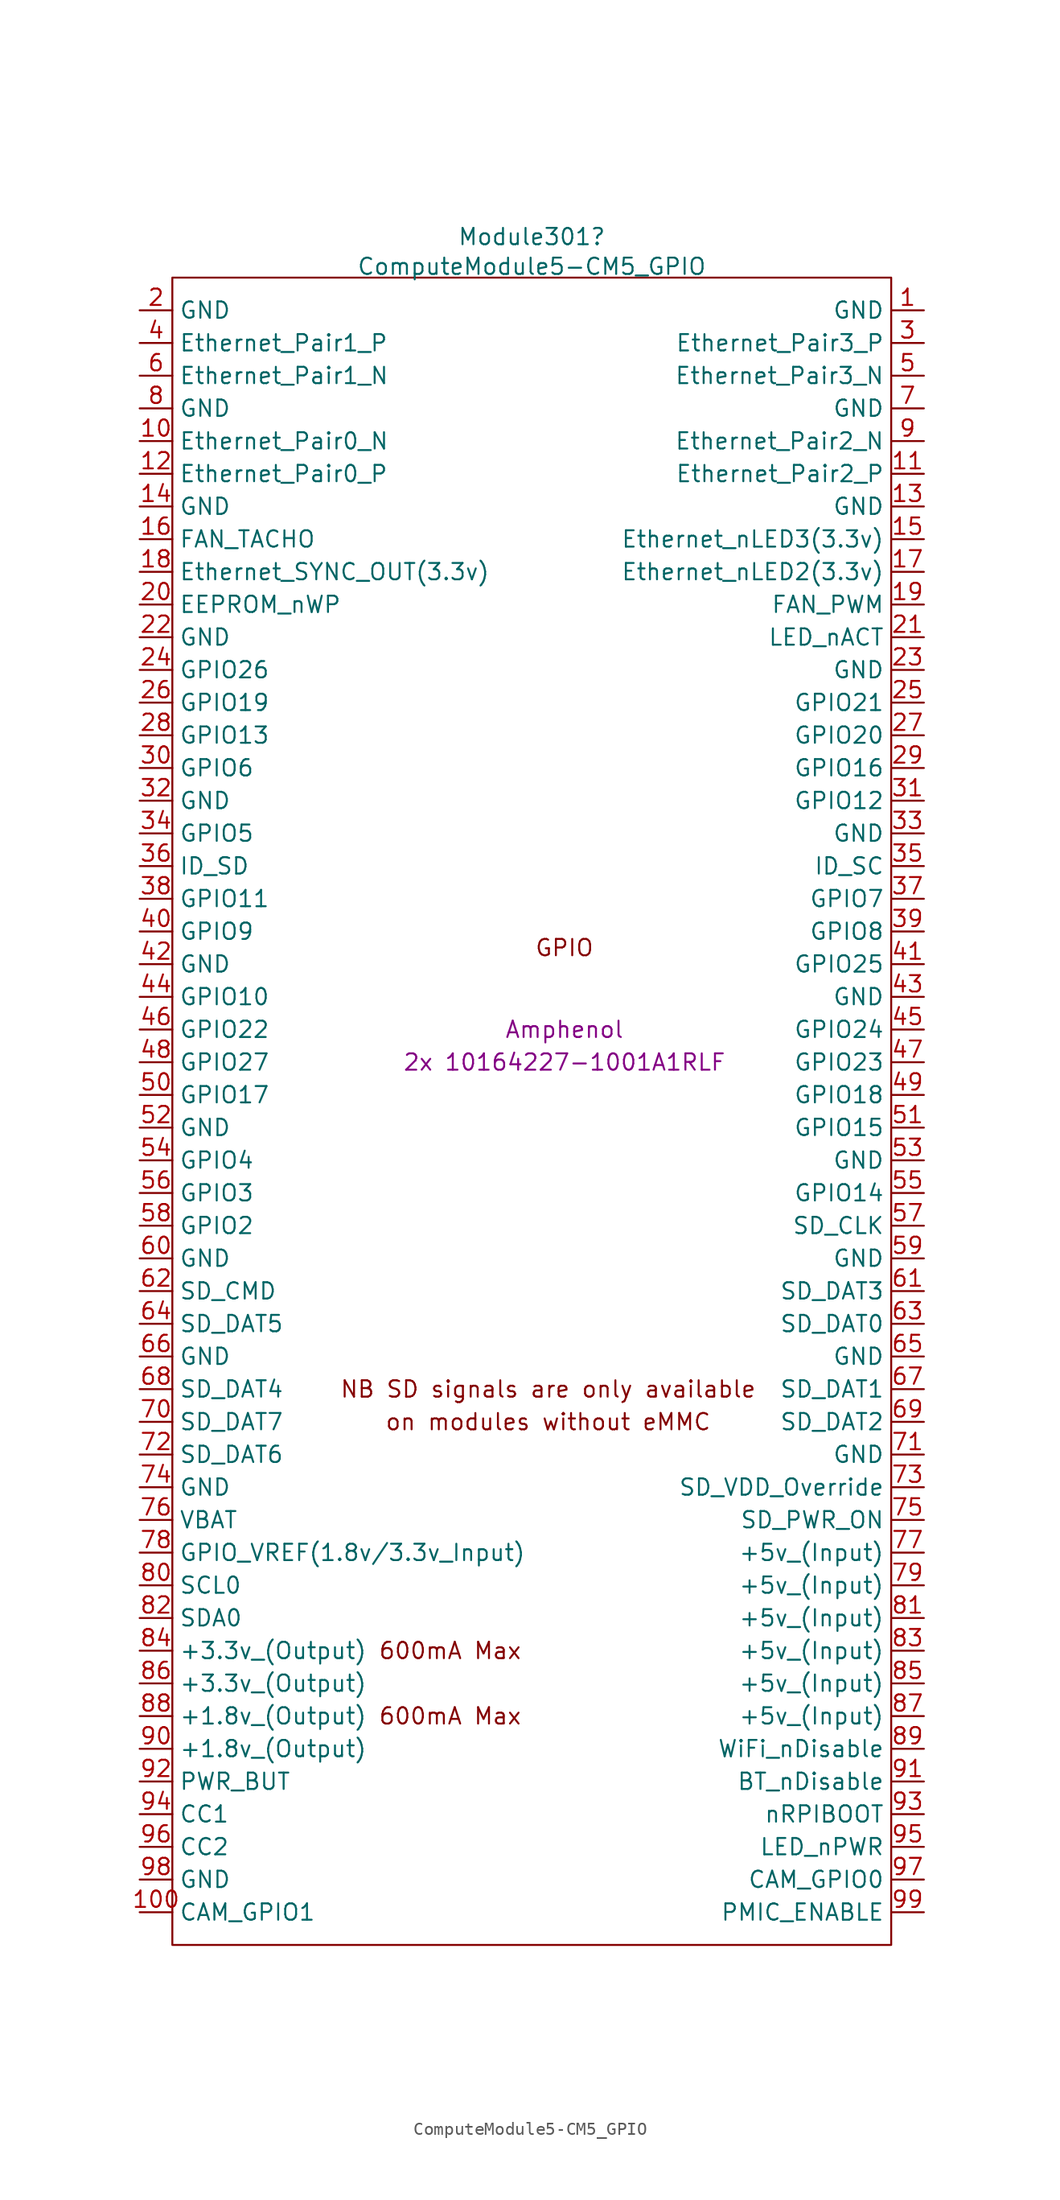
<source format=kicad_sym>
(kicad_symbol_lib
  (version 20231120)
  (generator "kicad_symbol_editor")
  (generator_version "8.0")
  (symbol "ComputeModule5-CM5_GPIO"
    (property "Reference" "Module301"
      (at -2.54 61.595 0)
      (effects (font (size 1.27 1.27))))
    (property "Value" "ComputeModule5-CM5_GPIO"
      (at -2.54 59.284 0)
      (effects (font (size 1.27 1.27))))
    (property "Field4" "Amphenol"
      (at 0 0 0)
      (effects (font (size 1.27 1.27))))
    (property "Field5" "2x 10164227-1001A1RLF"
      (at 0 -2.54 0)
      (effects (font (size 1.27 1.27))))
    (symbol "ComputeModule5-CM5_GPIO_1_0"
      (text "GPIO" (at 0 6.35 0) (effects (font (size 1.27 1.27)))))
    (symbol "ComputeModule5-CM5_GPIO_1_1"
      (rectangle (start -30.48 -71.12) (end 25.4 58.42) (stroke (width 0) (type default)) (fill (type none)))
      (text "600mA Max" (at -8.89 -53.34 0) (effects (font (size 1.27 1.27))))
      (text "600mA Max" (at -8.89 -48.26 0) (effects (font (size 1.27 1.27))))
      (text "NB SD signals are only available" (at -1.27 -27.94 0) (effects (font (size 1.27 1.27))))
      (text "on modules without eMMC" (at -1.27 -30.48 0) (effects (font (size 1.27 1.27))))
      (pin power_in line (at 27.94 55.88 180) (length 2.54) (name "GND" (effects (font (size 1.27 1.27)))) (number "1" (effects (font (size 1.27 1.27)))))
      (pin passive line (at -33.02 45.72 0) (length 2.54) (name "Ethernet_Pair0_N" (effects (font (size 1.27 1.27)))) (number "10" (effects (font (size 1.27 1.27)))))
      (pin passive line (at -33.02 -68.58 0) (length 2.54) (name "CAM_GPIO1" (effects (font (size 1.27 1.27)))) (number "100" (effects (font (size 1.27 1.27)))))
      (pin passive line (at 27.94 43.18 180) (length 2.54) (name "Ethernet_Pair2_P" (effects (font (size 1.27 1.27)))) (number "11" (effects (font (size 1.27 1.27)))))
      (pin passive line (at -33.02 43.18 0) (length 2.54) (name "Ethernet_Pair0_P" (effects (font (size 1.27 1.27)))) (number "12" (effects (font (size 1.27 1.27)))))
      (pin power_in line (at 27.94 40.64 180) (length 2.54) (name "GND" (effects (font (size 1.27 1.27)))) (number "13" (effects (font (size 1.27 1.27)))))
      (pin power_in line (at -33.02 40.64 0) (length 2.54) (name "GND" (effects (font (size 1.27 1.27)))) (number "14" (effects (font (size 1.27 1.27)))))
      (pin output line (at 27.94 38.1 180) (length 2.54) (name "Ethernet_nLED3(3.3v)" (effects (font (size 1.27 1.27)))) (number "15" (effects (font (size 1.27 1.27)))))
      (pin input line (at -33.02 38.1 0) (length 2.54) (name "FAN_TACHO" (effects (font (size 1.27 1.27)))) (number "16" (effects (font (size 1.27 1.27)))))
      (pin output line (at 27.94 35.56 180) (length 2.54) (name "Ethernet_nLED2(3.3v)" (effects (font (size 1.27 1.27)))) (number "17" (effects (font (size 1.27 1.27)))))
      (pin input line (at -33.02 35.56 0) (length 2.54) (name "Ethernet_SYNC_OUT(3.3v)" (effects (font (size 1.27 1.27)))) (number "18" (effects (font (size 1.27 1.27)))))
      (pin output line (at 27.94 33.02 180) (length 2.54) (name "FAN_PWM" (effects (font (size 1.27 1.27)))) (number "19" (effects (font (size 1.27 1.27)))))
      (pin power_in line (at -33.02 55.88 0) (length 2.54) (name "GND" (effects (font (size 1.27 1.27)))) (number "2" (effects (font (size 1.27 1.27)))))
      (pin passive line (at -33.02 33.02 0) (length 2.54) (name "EEPROM_nWP" (effects (font (size 1.27 1.27)))) (number "20" (effects (font (size 1.27 1.27)))))
      (pin open_collector line (at 27.94 30.48 180) (length 2.54) (name "LED_nACT" (effects (font (size 1.27 1.27)))) (number "21" (effects (font (size 1.27 1.27)))))
      (pin power_in line (at -33.02 30.48 0) (length 2.54) (name "GND" (effects (font (size 1.27 1.27)))) (number "22" (effects (font (size 1.27 1.27)))))
      (pin power_in line (at 27.94 27.94 180) (length 2.54) (name "GND" (effects (font (size 1.27 1.27)))) (number "23" (effects (font (size 1.27 1.27)))))
      (pin passive line (at -33.02 27.94 0) (length 2.54) (name "GPIO26" (effects (font (size 1.27 1.27)))) (number "24" (effects (font (size 1.27 1.27)))))
      (pin passive line (at 27.94 25.4 180) (length 2.54) (name "GPIO21" (effects (font (size 1.27 1.27)))) (number "25" (effects (font (size 1.27 1.27)))))
      (pin passive line (at -33.02 25.4 0) (length 2.54) (name "GPIO19" (effects (font (size 1.27 1.27)))) (number "26" (effects (font (size 1.27 1.27)))))
      (pin passive line (at 27.94 22.86 180) (length 2.54) (name "GPIO20" (effects (font (size 1.27 1.27)))) (number "27" (effects (font (size 1.27 1.27)))))
      (pin passive line (at -33.02 22.86 0) (length 2.54) (name "GPIO13" (effects (font (size 1.27 1.27)))) (number "28" (effects (font (size 1.27 1.27)))))
      (pin passive line (at 27.94 20.32 180) (length 2.54) (name "GPIO16" (effects (font (size 1.27 1.27)))) (number "29" (effects (font (size 1.27 1.27)))))
      (pin passive line (at 27.94 53.34 180) (length 2.54) (name "Ethernet_Pair3_P" (effects (font (size 1.27 1.27)))) (number "3" (effects (font (size 1.27 1.27)))))
      (pin passive line (at -33.02 20.32 0) (length 2.54) (name "GPIO6" (effects (font (size 1.27 1.27)))) (number "30" (effects (font (size 1.27 1.27)))))
      (pin passive line (at 27.94 17.78 180) (length 2.54) (name "GPIO12" (effects (font (size 1.27 1.27)))) (number "31" (effects (font (size 1.27 1.27)))))
      (pin power_in line (at -33.02 17.78 0) (length 2.54) (name "GND" (effects (font (size 1.27 1.27)))) (number "32" (effects (font (size 1.27 1.27)))))
      (pin power_in line (at 27.94 15.24 180) (length 2.54) (name "GND" (effects (font (size 1.27 1.27)))) (number "33" (effects (font (size 1.27 1.27)))))
      (pin passive line (at -33.02 15.24 0) (length 2.54) (name "GPIO5" (effects (font (size 1.27 1.27)))) (number "34" (effects (font (size 1.27 1.27)))))
      (pin passive line (at 27.94 12.7 180) (length 2.54) (name "ID_SC" (effects (font (size 1.27 1.27)))) (number "35" (effects (font (size 1.27 1.27)))))
      (pin passive line (at -33.02 12.7 0) (length 2.54) (name "ID_SD" (effects (font (size 1.27 1.27)))) (number "36" (effects (font (size 1.27 1.27)))))
      (pin passive line (at 27.94 10.16 180) (length 2.54) (name "GPIO7" (effects (font (size 1.27 1.27)))) (number "37" (effects (font (size 1.27 1.27)))))
      (pin passive line (at -33.02 10.16 0) (length 2.54) (name "GPIO11" (effects (font (size 1.27 1.27)))) (number "38" (effects (font (size 1.27 1.27)))))
      (pin passive line (at 27.94 7.62 180) (length 2.54) (name "GPIO8" (effects (font (size 1.27 1.27)))) (number "39" (effects (font (size 1.27 1.27)))))
      (pin passive line (at -33.02 53.34 0) (length 2.54) (name "Ethernet_Pair1_P" (effects (font (size 1.27 1.27)))) (number "4" (effects (font (size 1.27 1.27)))))
      (pin passive line (at -33.02 7.62 0) (length 2.54) (name "GPIO9" (effects (font (size 1.27 1.27)))) (number "40" (effects (font (size 1.27 1.27)))))
      (pin passive line (at 27.94 5.08 180) (length 2.54) (name "GPIO25" (effects (font (size 1.27 1.27)))) (number "41" (effects (font (size 1.27 1.27)))))
      (pin power_in line (at -33.02 5.08 0) (length 2.54) (name "GND" (effects (font (size 1.27 1.27)))) (number "42" (effects (font (size 1.27 1.27)))))
      (pin power_in line (at 27.94 2.54 180) (length 2.54) (name "GND" (effects (font (size 1.27 1.27)))) (number "43" (effects (font (size 1.27 1.27)))))
      (pin passive line (at -33.02 2.54 0) (length 2.54) (name "GPIO10" (effects (font (size 1.27 1.27)))) (number "44" (effects (font (size 1.27 1.27)))))
      (pin passive line (at 27.94 0 180) (length 2.54) (name "GPIO24" (effects (font (size 1.27 1.27)))) (number "45" (effects (font (size 1.27 1.27)))))
      (pin passive line (at -33.02 0 0) (length 2.54) (name "GPIO22" (effects (font (size 1.27 1.27)))) (number "46" (effects (font (size 1.27 1.27)))))
      (pin passive line (at 27.94 -2.54 180) (length 2.54) (name "GPIO23" (effects (font (size 1.27 1.27)))) (number "47" (effects (font (size 1.27 1.27)))))
      (pin passive line (at -33.02 -2.54 0) (length 2.54) (name "GPIO27" (effects (font (size 1.27 1.27)))) (number "48" (effects (font (size 1.27 1.27)))))
      (pin passive line (at 27.94 -5.08 180) (length 2.54) (name "GPIO18" (effects (font (size 1.27 1.27)))) (number "49" (effects (font (size 1.27 1.27)))))
      (pin passive line (at 27.94 50.8 180) (length 2.54) (name "Ethernet_Pair3_N" (effects (font (size 1.27 1.27)))) (number "5" (effects (font (size 1.27 1.27)))))
      (pin passive line (at -33.02 -5.08 0) (length 2.54) (name "GPIO17" (effects (font (size 1.27 1.27)))) (number "50" (effects (font (size 1.27 1.27)))))
      (pin passive line (at 27.94 -7.62 180) (length 2.54) (name "GPIO15" (effects (font (size 1.27 1.27)))) (number "51" (effects (font (size 1.27 1.27)))))
      (pin power_in line (at -33.02 -7.62 0) (length 2.54) (name "GND" (effects (font (size 1.27 1.27)))) (number "52" (effects (font (size 1.27 1.27)))))
      (pin power_in line (at 27.94 -10.16 180) (length 2.54) (name "GND" (effects (font (size 1.27 1.27)))) (number "53" (effects (font (size 1.27 1.27)))))
      (pin passive line (at -33.02 -10.16 0) (length 2.54) (name "GPIO4" (effects (font (size 1.27 1.27)))) (number "54" (effects (font (size 1.27 1.27)))))
      (pin passive line (at 27.94 -12.7 180) (length 2.54) (name "GPIO14" (effects (font (size 1.27 1.27)))) (number "55" (effects (font (size 1.27 1.27)))))
      (pin passive line (at -33.02 -12.7 0) (length 2.54) (name "GPIO3" (effects (font (size 1.27 1.27)))) (number "56" (effects (font (size 1.27 1.27)))))
      (pin passive line (at 27.94 -15.24 180) (length 2.54) (name "SD_CLK" (effects (font (size 1.27 1.27)))) (number "57" (effects (font (size 1.27 1.27)))))
      (pin passive line (at -33.02 -15.24 0) (length 2.54) (name "GPIO2" (effects (font (size 1.27 1.27)))) (number "58" (effects (font (size 1.27 1.27)))))
      (pin power_in line (at 27.94 -17.78 180) (length 2.54) (name "GND" (effects (font (size 1.27 1.27)))) (number "59" (effects (font (size 1.27 1.27)))))
      (pin passive line (at -33.02 50.8 0) (length 2.54) (name "Ethernet_Pair1_N" (effects (font (size 1.27 1.27)))) (number "6" (effects (font (size 1.27 1.27)))))
      (pin power_in line (at -33.02 -17.78 0) (length 2.54) (name "GND" (effects (font (size 1.27 1.27)))) (number "60" (effects (font (size 1.27 1.27)))))
      (pin passive line (at 27.94 -20.32 180) (length 2.54) (name "SD_DAT3" (effects (font (size 1.27 1.27)))) (number "61" (effects (font (size 1.27 1.27)))))
      (pin passive line (at -33.02 -20.32 0) (length 2.54) (name "SD_CMD" (effects (font (size 1.27 1.27)))) (number "62" (effects (font (size 1.27 1.27)))))
      (pin passive line (at 27.94 -22.86 180) (length 2.54) (name "SD_DAT0" (effects (font (size 1.27 1.27)))) (number "63" (effects (font (size 1.27 1.27)))))
      (pin passive line (at -33.02 -22.86 0) (length 2.54) (name "SD_DAT5" (effects (font (size 1.27 1.27)))) (number "64" (effects (font (size 1.27 1.27)))))
      (pin power_in line (at 27.94 -25.4 180) (length 2.54) (name "GND" (effects (font (size 1.27 1.27)))) (number "65" (effects (font (size 1.27 1.27)))))
      (pin power_in line (at -33.02 -25.4 0) (length 2.54) (name "GND" (effects (font (size 1.27 1.27)))) (number "66" (effects (font (size 1.27 1.27)))))
      (pin passive line (at 27.94 -27.94 180) (length 2.54) (name "SD_DAT1" (effects (font (size 1.27 1.27)))) (number "67" (effects (font (size 1.27 1.27)))))
      (pin passive line (at -33.02 -27.94 0) (length 2.54) (name "SD_DAT4" (effects (font (size 1.27 1.27)))) (number "68" (effects (font (size 1.27 1.27)))))
      (pin passive line (at 27.94 -30.48 180) (length 2.54) (name "SD_DAT2" (effects (font (size 1.27 1.27)))) (number "69" (effects (font (size 1.27 1.27)))))
      (pin power_in line (at 27.94 48.26 180) (length 2.54) (name "GND" (effects (font (size 1.27 1.27)))) (number "7" (effects (font (size 1.27 1.27)))))
      (pin passive line (at -33.02 -30.48 0) (length 2.54) (name "SD_DAT7" (effects (font (size 1.27 1.27)))) (number "70" (effects (font (size 1.27 1.27)))))
      (pin power_in line (at 27.94 -33.02 180) (length 2.54) (name "GND" (effects (font (size 1.27 1.27)))) (number "71" (effects (font (size 1.27 1.27)))))
      (pin passive line (at -33.02 -33.02 0) (length 2.54) (name "SD_DAT6" (effects (font (size 1.27 1.27)))) (number "72" (effects (font (size 1.27 1.27)))))
      (pin input line (at 27.94 -35.56 180) (length 2.54) (name "SD_VDD_Override" (effects (font (size 1.27 1.27)))) (number "73" (effects (font (size 1.27 1.27)))))
      (pin power_in line (at -33.02 -35.56 0) (length 2.54) (name "GND" (effects (font (size 1.27 1.27)))) (number "74" (effects (font (size 1.27 1.27)))))
      (pin output line (at 27.94 -38.1 180) (length 2.54) (name "SD_PWR_ON" (effects (font (size 1.27 1.27)))) (number "75" (effects (font (size 1.27 1.27)))))
      (pin passive line (at -33.02 -38.1 0) (length 2.54) (name "VBAT" (effects (font (size 1.27 1.27)))) (number "76" (effects (font (size 1.27 1.27)))))
      (pin power_in line (at 27.94 -40.64 180) (length 2.54) (name "+5v_(Input)" (effects (font (size 1.27 1.27)))) (number "77" (effects (font (size 1.27 1.27)))))
      (pin power_in line (at -33.02 -40.64 0) (length 2.54) (name "GPIO_VREF(1.8v/3.3v_Input)" (effects (font (size 1.27 1.27)))) (number "78" (effects (font (size 1.27 1.27)))))
      (pin power_in line (at 27.94 -43.18 180) (length 2.54) (name "+5v_(Input)" (effects (font (size 1.27 1.27)))) (number "79" (effects (font (size 1.27 1.27)))))
      (pin power_in line (at -33.02 48.26 0) (length 2.54) (name "GND" (effects (font (size 1.27 1.27)))) (number "8" (effects (font (size 1.27 1.27)))))
      (pin passive line (at -33.02 -43.18 0) (length 2.54) (name "SCL0" (effects (font (size 1.27 1.27)))) (number "80" (effects (font (size 1.27 1.27)))))
      (pin power_in line (at 27.94 -45.72 180) (length 2.54) (name "+5v_(Input)" (effects (font (size 1.27 1.27)))) (number "81" (effects (font (size 1.27 1.27)))))
      (pin passive line (at -33.02 -45.72 0) (length 2.54) (name "SDA0" (effects (font (size 1.27 1.27)))) (number "82" (effects (font (size 1.27 1.27)))))
      (pin power_in line (at 27.94 -48.26 180) (length 2.54) (name "+5v_(Input)" (effects (font (size 1.27 1.27)))) (number "83" (effects (font (size 1.27 1.27)))))
      (pin power_out line (at -33.02 -48.26 0) (length 2.54) (name "+3.3v_(Output)" (effects (font (size 1.27 1.27)))) (number "84" (effects (font (size 1.27 1.27)))))
      (pin power_in line (at 27.94 -50.8 180) (length 2.54) (name "+5v_(Input)" (effects (font (size 1.27 1.27)))) (number "85" (effects (font (size 1.27 1.27)))))
      (pin passive line (at -33.02 -50.8 0) (length 2.54) (name "+3.3v_(Output)" (effects (font (size 1.27 1.27)))) (number "86" (effects (font (size 1.27 1.27)))))
      (pin power_in line (at 27.94 -53.34 180) (length 2.54) (name "+5v_(Input)" (effects (font (size 1.27 1.27)))) (number "87" (effects (font (size 1.27 1.27)))))
      (pin power_out line (at -33.02 -53.34 0) (length 2.54) (name "+1.8v_(Output)" (effects (font (size 1.27 1.27)))) (number "88" (effects (font (size 1.27 1.27)))))
      (pin input line (at 27.94 -55.88 180) (length 2.54) (name "WiFi_nDisable" (effects (font (size 1.27 1.27)))) (number "89" (effects (font (size 1.27 1.27)))))
      (pin passive line (at 27.94 45.72 180) (length 2.54) (name "Ethernet_Pair2_N" (effects (font (size 1.27 1.27)))) (number "9" (effects (font (size 1.27 1.27)))))
      (pin passive line (at -33.02 -55.88 0) (length 2.54) (name "+1.8v_(Output)" (effects (font (size 1.27 1.27)))) (number "90" (effects (font (size 1.27 1.27)))))
      (pin input line (at 27.94 -58.42 180) (length 2.54) (name "BT_nDisable" (effects (font (size 1.27 1.27)))) (number "91" (effects (font (size 1.27 1.27)))))
      (pin passive line (at -33.02 -58.42 0) (length 2.54) (name "PWR_BUT" (effects (font (size 1.27 1.27)))) (number "92" (effects (font (size 1.27 1.27)))))
      (pin input line (at 27.94 -60.96 180) (length 2.54) (name "nRPIBOOT" (effects (font (size 1.27 1.27)))) (number "93" (effects (font (size 1.27 1.27)))))
      (pin passive line (at -33.02 -60.96 0) (length 2.54) (name "CC1" (effects (font (size 1.27 1.27)))) (number "94" (effects (font (size 1.27 1.27)))))
      (pin output line (at 27.94 -63.5 180) (length 2.54) (name "LED_nPWR" (effects (font (size 1.27 1.27)))) (number "95" (effects (font (size 1.27 1.27)))))
      (pin passive line (at -33.02 -63.5 0) (length 2.54) (name "CC2" (effects (font (size 1.27 1.27)))) (number "96" (effects (font (size 1.27 1.27)))))
      (pin passive line (at 27.94 -66.04 180) (length 2.54) (name "CAM_GPIO0" (effects (font (size 1.27 1.27)))) (number "97" (effects (font (size 1.27 1.27)))))
      (pin power_in line (at -33.02 -66.04 0) (length 2.54) (name "GND" (effects (font (size 1.27 1.27)))) (number "98" (effects (font (size 1.27 1.27)))))
      (pin input line (at 27.94 -68.58 180) (length 2.54) (name "PMIC_ENABLE" (effects (font (size 1.27 1.27)))) (number "99" (effects (font (size 1.27 1.27))))))))
</source>
